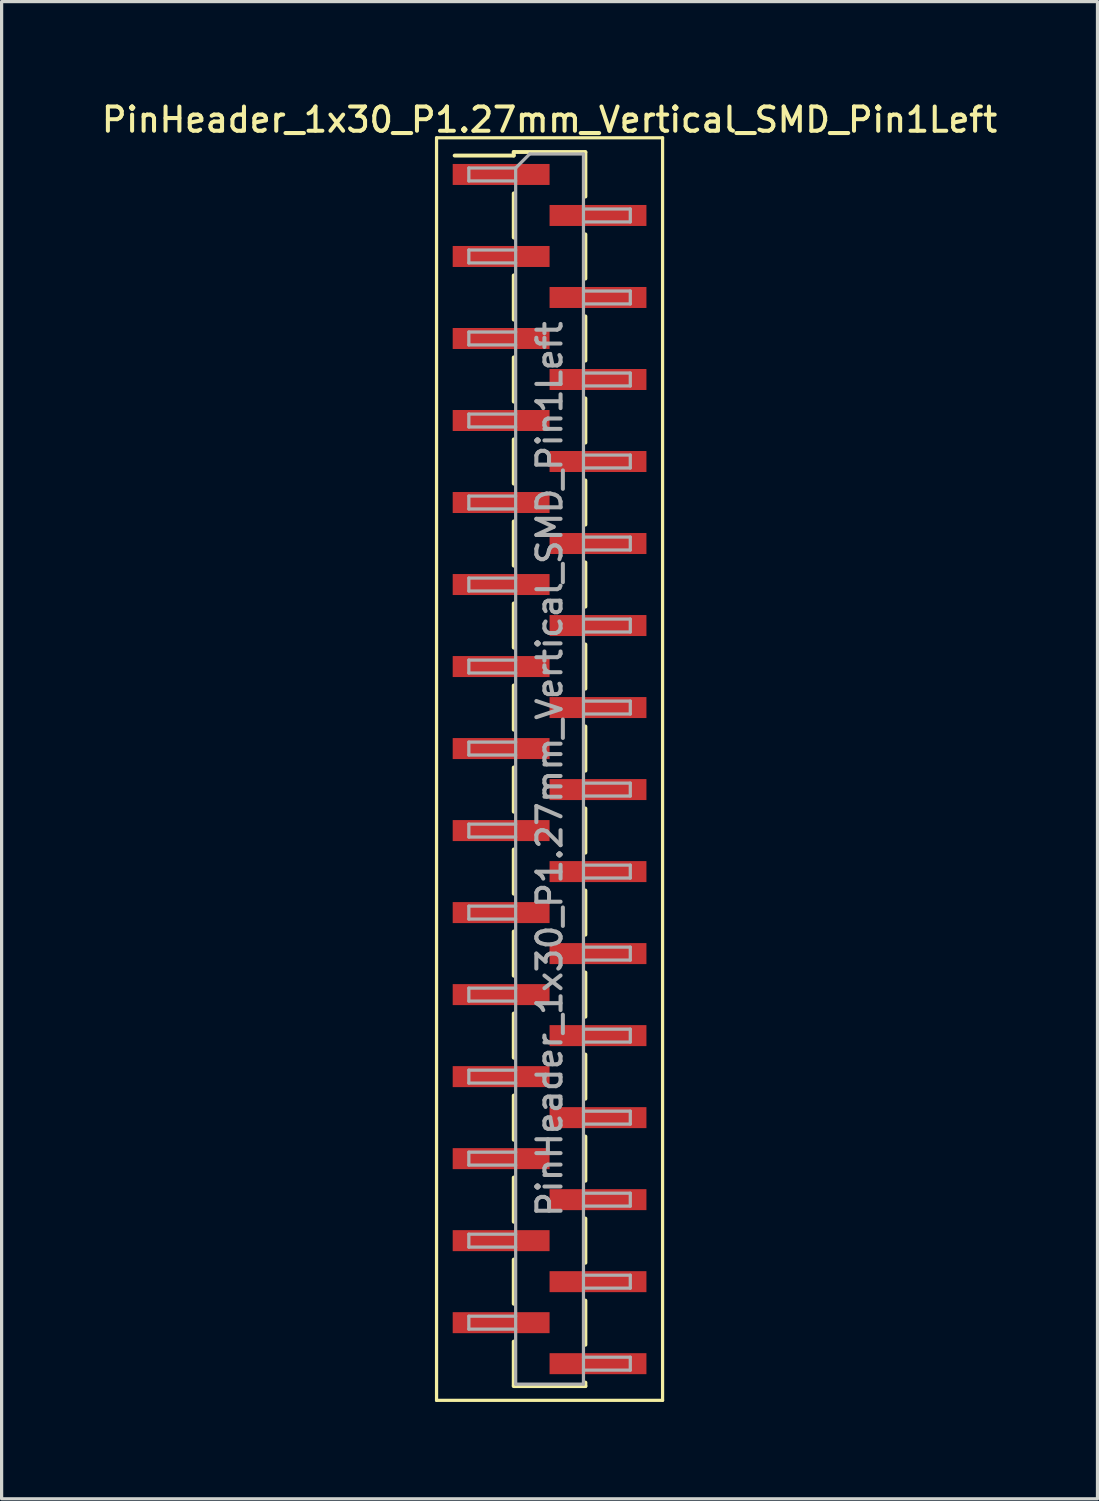
<source format=kicad_pcb>
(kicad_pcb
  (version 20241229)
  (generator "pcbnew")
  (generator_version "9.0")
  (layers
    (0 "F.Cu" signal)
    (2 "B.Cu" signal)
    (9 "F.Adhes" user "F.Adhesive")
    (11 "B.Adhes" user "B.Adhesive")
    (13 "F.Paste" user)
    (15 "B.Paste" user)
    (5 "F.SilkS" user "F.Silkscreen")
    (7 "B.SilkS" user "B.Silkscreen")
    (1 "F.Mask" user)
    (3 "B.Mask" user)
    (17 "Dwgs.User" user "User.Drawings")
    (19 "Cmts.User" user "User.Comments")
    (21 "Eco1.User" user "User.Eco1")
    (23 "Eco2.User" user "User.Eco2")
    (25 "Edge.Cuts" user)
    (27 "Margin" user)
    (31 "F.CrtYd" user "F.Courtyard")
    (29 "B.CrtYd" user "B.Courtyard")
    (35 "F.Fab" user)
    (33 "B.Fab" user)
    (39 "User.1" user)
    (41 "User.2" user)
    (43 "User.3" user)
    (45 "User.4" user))
  (footprint "PinHeader_1x30_P1.27mm_Vertical_SMD_Pin1Left"
    (layer "F.Cu")
    (at 13.97 20.768)
    (property "Reference" "PinHeader_1x30_P1.27mm_Vertical_SMD_Pin1Left" (at 0 -20.11 0) (layer "F.SilkS") (effects (font (size 0.75 0.75) (thickness 0.125))))
    (attr smd)
    (fp_line (start -3.5 -19.55) (end -3.5 19.55) (stroke (width 0.1) (type solid)) (layer "F.SilkS"))
    (fp_line (start -3.5 19.55) (end 3.5 19.55) (stroke (width 0.1) (type solid)) (layer "F.SilkS"))
    (fp_line (start -1.11 -19.11) (end -1.11 -19) (stroke (width 0.12) (type solid)) (layer "F.SilkS"))
    (fp_line (start -1.11 -19.11) (end 1.11 -19.11) (stroke (width 0.12) (type solid)) (layer "F.SilkS"))
    (fp_line (start -1.11 -19) (end -2.94 -19) (stroke (width 0.12) (type solid)) (layer "F.SilkS"))
    (fp_line (start -1.11 -17.83) (end -1.11 -16.46) (stroke (width 0.12) (type solid)) (layer "F.SilkS"))
    (fp_line (start -1.11 -15.29) (end -1.11 -13.92) (stroke (width 0.12) (type solid)) (layer "F.SilkS"))
    (fp_line (start -1.11 -12.75) (end -1.11 -11.38) (stroke (width 0.12) (type solid)) (layer "F.SilkS"))
    (fp_line (start -1.11 -10.21) (end -1.11 -8.84) (stroke (width 0.12) (type solid)) (layer "F.SilkS"))
    (fp_line (start -1.11 -7.67) (end -1.11 -6.3) (stroke (width 0.12) (type solid)) (layer "F.SilkS"))
    (fp_line (start -1.11 -5.13) (end -1.11 -3.76) (stroke (width 0.12) (type solid)) (layer "F.SilkS"))
    (fp_line (start -1.11 -2.59) (end -1.11 -1.22) (stroke (width 0.12) (type solid)) (layer "F.SilkS"))
    (fp_line (start -1.11 -0.05) (end -1.11 1.32) (stroke (width 0.12) (type solid)) (layer "F.SilkS"))
    (fp_line (start -1.11 2.49) (end -1.11 3.86) (stroke (width 0.12) (type solid)) (layer "F.SilkS"))
    (fp_line (start -1.11 5.03) (end -1.11 6.4) (stroke (width 0.12) (type solid)) (layer "F.SilkS"))
    (fp_line (start -1.11 7.57) (end -1.11 8.94) (stroke (width 0.12) (type solid)) (layer "F.SilkS"))
    (fp_line (start -1.11 10.11) (end -1.11 11.48) (stroke (width 0.12) (type solid)) (layer "F.SilkS"))
    (fp_line (start -1.11 12.65) (end -1.11 14.02) (stroke (width 0.12) (type solid)) (layer "F.SilkS"))
    (fp_line (start -1.11 15.19) (end -1.11 16.56) (stroke (width 0.12) (type solid)) (layer "F.SilkS"))
    (fp_line (start -1.11 17.73) (end -1.11 19.1) (stroke (width 0.12) (type solid)) (layer "F.SilkS"))
    (fp_line (start -1.11 19.11) (end 1.11 19.11) (stroke (width 0.12) (type solid)) (layer "F.SilkS"))
    (fp_line (start 1.11 -19.1) (end 1.11 -17.73) (stroke (width 0.12) (type solid)) (layer "F.SilkS"))
    (fp_line (start 1.11 -16.56) (end 1.11 -15.19) (stroke (width 0.12) (type solid)) (layer "F.SilkS"))
    (fp_line (start 1.11 -14.02) (end 1.11 -12.65) (stroke (width 0.12) (type solid)) (layer "F.SilkS"))
    (fp_line (start 1.11 -11.48) (end 1.11 -10.11) (stroke (width 0.12) (type solid)) (layer "F.SilkS"))
    (fp_line (start 1.11 -8.94) (end 1.11 -7.57) (stroke (width 0.12) (type solid)) (layer "F.SilkS"))
    (fp_line (start 1.11 -6.4) (end 1.11 -5.03) (stroke (width 0.12) (type solid)) (layer "F.SilkS"))
    (fp_line (start 1.11 -3.86) (end 1.11 -2.49) (stroke (width 0.12) (type solid)) (layer "F.SilkS"))
    (fp_line (start 1.11 -1.32) (end 1.11 0.05) (stroke (width 0.12) (type solid)) (layer "F.SilkS"))
    (fp_line (start 1.11 1.22) (end 1.11 2.59) (stroke (width 0.12) (type solid)) (layer "F.SilkS"))
    (fp_line (start 1.11 3.76) (end 1.11 5.13) (stroke (width 0.12) (type solid)) (layer "F.SilkS"))
    (fp_line (start 1.11 6.3) (end 1.11 7.67) (stroke (width 0.12) (type solid)) (layer "F.SilkS"))
    (fp_line (start 1.11 8.84) (end 1.11 10.21) (stroke (width 0.12) (type solid)) (layer "F.SilkS"))
    (fp_line (start 1.11 11.38) (end 1.11 12.75) (stroke (width 0.12) (type solid)) (layer "F.SilkS"))
    (fp_line (start 1.11 13.92) (end 1.11 15.29) (stroke (width 0.12) (type solid)) (layer "F.SilkS"))
    (fp_line (start 1.11 16.46) (end 1.11 17.83) (stroke (width 0.12) (type solid)) (layer "F.SilkS"))
    (fp_line (start 1.11 19) (end 1.11 19.11) (stroke (width 0.12) (type solid)) (layer "F.SilkS"))
    (fp_line (start 3.5 -19.55) (end -3.5 -19.55) (stroke (width 0.1) (type solid)) (layer "F.SilkS"))
    (fp_line (start 3.5 19.55) (end 3.5 -19.55) (stroke (width 0.1) (type solid)) (layer "F.SilkS"))
    (fp_line (start -2.5 -18.615) (end -2.5 -18.215) (stroke (width 0.1) (type solid)) (layer "F.Fab"))
    (fp_line (start -2.5 -18.215) (end -1.05 -18.215) (stroke (width 0.1) (type solid)) (layer "F.Fab"))
    (fp_line (start -2.5 -16.075) (end -2.5 -15.675) (stroke (width 0.1) (type solid)) (layer "F.Fab"))
    (fp_line (start -2.5 -15.675) (end -1.05 -15.675) (stroke (width 0.1) (type solid)) (layer "F.Fab"))
    (fp_line (start -2.5 -13.535) (end -2.5 -13.135) (stroke (width 0.1) (type solid)) (layer "F.Fab"))
    (fp_line (start -2.5 -13.135) (end -1.05 -13.135) (stroke (width 0.1) (type solid)) (layer "F.Fab"))
    (fp_line (start -2.5 -10.995) (end -2.5 -10.595) (stroke (width 0.1) (type solid)) (layer "F.Fab"))
    (fp_line (start -2.5 -10.595) (end -1.05 -10.595) (stroke (width 0.1) (type solid)) (layer "F.Fab"))
    (fp_line (start -2.5 -8.455) (end -2.5 -8.055) (stroke (width 0.1) (type solid)) (layer "F.Fab"))
    (fp_line (start -2.5 -8.055) (end -1.05 -8.055) (stroke (width 0.1) (type solid)) (layer "F.Fab"))
    (fp_line (start -2.5 -5.915) (end -2.5 -5.515) (stroke (width 0.1) (type solid)) (layer "F.Fab"))
    (fp_line (start -2.5 -5.515) (end -1.05 -5.515) (stroke (width 0.1) (type solid)) (layer "F.Fab"))
    (fp_line (start -2.5 -3.375) (end -2.5 -2.975) (stroke (width 0.1) (type solid)) (layer "F.Fab"))
    (fp_line (start -2.5 -2.975) (end -1.05 -2.975) (stroke (width 0.1) (type solid)) (layer "F.Fab"))
    (fp_line (start -2.5 -0.835) (end -2.5 -0.435) (stroke (width 0.1) (type solid)) (layer "F.Fab"))
    (fp_line (start -2.5 -0.435) (end -1.05 -0.435) (stroke (width 0.1) (type solid)) (layer "F.Fab"))
    (fp_line (start -2.5 1.705) (end -2.5 2.105) (stroke (width 0.1) (type solid)) (layer "F.Fab"))
    (fp_line (start -2.5 2.105) (end -1.05 2.105) (stroke (width 0.1) (type solid)) (layer "F.Fab"))
    (fp_line (start -2.5 4.245) (end -2.5 4.645) (stroke (width 0.1) (type solid)) (layer "F.Fab"))
    (fp_line (start -2.5 4.645) (end -1.05 4.645) (stroke (width 0.1) (type solid)) (layer "F.Fab"))
    (fp_line (start -2.5 6.785) (end -2.5 7.185) (stroke (width 0.1) (type solid)) (layer "F.Fab"))
    (fp_line (start -2.5 7.185) (end -1.05 7.185) (stroke (width 0.1) (type solid)) (layer "F.Fab"))
    (fp_line (start -2.5 9.325) (end -2.5 9.725) (stroke (width 0.1) (type solid)) (layer "F.Fab"))
    (fp_line (start -2.5 9.725) (end -1.05 9.725) (stroke (width 0.1) (type solid)) (layer "F.Fab"))
    (fp_line (start -2.5 11.865) (end -2.5 12.265) (stroke (width 0.1) (type solid)) (layer "F.Fab"))
    (fp_line (start -2.5 12.265) (end -1.05 12.265) (stroke (width 0.1) (type solid)) (layer "F.Fab"))
    (fp_line (start -2.5 14.405) (end -2.5 14.805) (stroke (width 0.1) (type solid)) (layer "F.Fab"))
    (fp_line (start -2.5 14.805) (end -1.05 14.805) (stroke (width 0.1) (type solid)) (layer "F.Fab"))
    (fp_line (start -2.5 16.945) (end -2.5 17.345) (stroke (width 0.1) (type solid)) (layer "F.Fab"))
    (fp_line (start -2.5 17.345) (end -1.05 17.345) (stroke (width 0.1) (type solid)) (layer "F.Fab"))
    (fp_line (start -1.05 -18.615) (end -2.5 -18.615) (stroke (width 0.1) (type solid)) (layer "F.Fab"))
    (fp_line (start -1.05 -18.615) (end -0.615 -19.05) (stroke (width 0.1) (type solid)) (layer "F.Fab"))
    (fp_line (start -1.05 -16.075) (end -2.5 -16.075) (stroke (width 0.1) (type solid)) (layer "F.Fab"))
    (fp_line (start -1.05 -13.535) (end -2.5 -13.535) (stroke (width 0.1) (type solid)) (layer "F.Fab"))
    (fp_line (start -1.05 -10.995) (end -2.5 -10.995) (stroke (width 0.1) (type solid)) (layer "F.Fab"))
    (fp_line (start -1.05 -8.455) (end -2.5 -8.455) (stroke (width 0.1) (type solid)) (layer "F.Fab"))
    (fp_line (start -1.05 -5.915) (end -2.5 -5.915) (stroke (width 0.1) (type solid)) (layer "F.Fab"))
    (fp_line (start -1.05 -3.375) (end -2.5 -3.375) (stroke (width 0.1) (type solid)) (layer "F.Fab"))
    (fp_line (start -1.05 -0.835) (end -2.5 -0.835) (stroke (width 0.1) (type solid)) (layer "F.Fab"))
    (fp_line (start -1.05 1.705) (end -2.5 1.705) (stroke (width 0.1) (type solid)) (layer "F.Fab"))
    (fp_line (start -1.05 4.245) (end -2.5 4.245) (stroke (width 0.1) (type solid)) (layer "F.Fab"))
    (fp_line (start -1.05 6.785) (end -2.5 6.785) (stroke (width 0.1) (type solid)) (layer "F.Fab"))
    (fp_line (start -1.05 9.325) (end -2.5 9.325) (stroke (width 0.1) (type solid)) (layer "F.Fab"))
    (fp_line (start -1.05 11.865) (end -2.5 11.865) (stroke (width 0.1) (type solid)) (layer "F.Fab"))
    (fp_line (start -1.05 14.405) (end -2.5 14.405) (stroke (width 0.1) (type solid)) (layer "F.Fab"))
    (fp_line (start -1.05 16.945) (end -2.5 16.945) (stroke (width 0.1) (type solid)) (layer "F.Fab"))
    (fp_line (start -1.05 19.05) (end -1.05 -18.615) (stroke (width 0.1) (type solid)) (layer "F.Fab"))
    (fp_line (start -0.615 -19.05) (end 1.05 -19.05) (stroke (width 0.1) (type solid)) (layer "F.Fab"))
    (fp_line (start 1.05 -19.05) (end 1.05 19.05) (stroke (width 0.1) (type solid)) (layer "F.Fab"))
    (fp_line (start 1.05 -17.345) (end 2.5 -17.345) (stroke (width 0.1) (type solid)) (layer "F.Fab"))
    (fp_line (start 1.05 -14.805) (end 2.5 -14.805) (stroke (width 0.1) (type solid)) (layer "F.Fab"))
    (fp_line (start 1.05 -12.265) (end 2.5 -12.265) (stroke (width 0.1) (type solid)) (layer "F.Fab"))
    (fp_line (start 1.05 -9.725) (end 2.5 -9.725) (stroke (width 0.1) (type solid)) (layer "F.Fab"))
    (fp_line (start 1.05 -7.185) (end 2.5 -7.185) (stroke (width 0.1) (type solid)) (layer "F.Fab"))
    (fp_line (start 1.05 -4.645) (end 2.5 -4.645) (stroke (width 0.1) (type solid)) (layer "F.Fab"))
    (fp_line (start 1.05 -2.105) (end 2.5 -2.105) (stroke (width 0.1) (type solid)) (layer "F.Fab"))
    (fp_line (start 1.05 0.435) (end 2.5 0.435) (stroke (width 0.1) (type solid)) (layer "F.Fab"))
    (fp_line (start 1.05 2.975) (end 2.5 2.975) (stroke (width 0.1) (type solid)) (layer "F.Fab"))
    (fp_line (start 1.05 5.515) (end 2.5 5.515) (stroke (width 0.1) (type solid)) (layer "F.Fab"))
    (fp_line (start 1.05 8.055) (end 2.5 8.055) (stroke (width 0.1) (type solid)) (layer "F.Fab"))
    (fp_line (start 1.05 10.595) (end 2.5 10.595) (stroke (width 0.1) (type solid)) (layer "F.Fab"))
    (fp_line (start 1.05 13.135) (end 2.5 13.135) (stroke (width 0.1) (type solid)) (layer "F.Fab"))
    (fp_line (start 1.05 15.675) (end 2.5 15.675) (stroke (width 0.1) (type solid)) (layer "F.Fab"))
    (fp_line (start 1.05 18.215) (end 2.5 18.215) (stroke (width 0.1) (type solid)) (layer "F.Fab"))
    (fp_line (start 1.05 19.05) (end -1.05 19.05) (stroke (width 0.1) (type solid)) (layer "F.Fab"))
    (fp_line (start 2.5 -17.345) (end 2.5 -16.945) (stroke (width 0.1) (type solid)) (layer "F.Fab"))
    (fp_line (start 2.5 -16.945) (end 1.05 -16.945) (stroke (width 0.1) (type solid)) (layer "F.Fab"))
    (fp_line (start 2.5 -14.805) (end 2.5 -14.405) (stroke (width 0.1) (type solid)) (layer "F.Fab"))
    (fp_line (start 2.5 -14.405) (end 1.05 -14.405) (stroke (width 0.1) (type solid)) (layer "F.Fab"))
    (fp_line (start 2.5 -12.265) (end 2.5 -11.865) (stroke (width 0.1) (type solid)) (layer "F.Fab"))
    (fp_line (start 2.5 -11.865) (end 1.05 -11.865) (stroke (width 0.1) (type solid)) (layer "F.Fab"))
    (fp_line (start 2.5 -9.725) (end 2.5 -9.325) (stroke (width 0.1) (type solid)) (layer "F.Fab"))
    (fp_line (start 2.5 -9.325) (end 1.05 -9.325) (stroke (width 0.1) (type solid)) (layer "F.Fab"))
    (fp_line (start 2.5 -7.185) (end 2.5 -6.785) (stroke (width 0.1) (type solid)) (layer "F.Fab"))
    (fp_line (start 2.5 -6.785) (end 1.05 -6.785) (stroke (width 0.1) (type solid)) (layer "F.Fab"))
    (fp_line (start 2.5 -4.645) (end 2.5 -4.245) (stroke (width 0.1) (type solid)) (layer "F.Fab"))
    (fp_line (start 2.5 -4.245) (end 1.05 -4.245) (stroke (width 0.1) (type solid)) (layer "F.Fab"))
    (fp_line (start 2.5 -2.105) (end 2.5 -1.705) (stroke (width 0.1) (type solid)) (layer "F.Fab"))
    (fp_line (start 2.5 -1.705) (end 1.05 -1.705) (stroke (width 0.1) (type solid)) (layer "F.Fab"))
    (fp_line (start 2.5 0.435) (end 2.5 0.835) (stroke (width 0.1) (type solid)) (layer "F.Fab"))
    (fp_line (start 2.5 0.835) (end 1.05 0.835) (stroke (width 0.1) (type solid)) (layer "F.Fab"))
    (fp_line (start 2.5 2.975) (end 2.5 3.375) (stroke (width 0.1) (type solid)) (layer "F.Fab"))
    (fp_line (start 2.5 3.375) (end 1.05 3.375) (stroke (width 0.1) (type solid)) (layer "F.Fab"))
    (fp_line (start 2.5 5.515) (end 2.5 5.915) (stroke (width 0.1) (type solid)) (layer "F.Fab"))
    (fp_line (start 2.5 5.915) (end 1.05 5.915) (stroke (width 0.1) (type solid)) (layer "F.Fab"))
    (fp_line (start 2.5 8.055) (end 2.5 8.455) (stroke (width 0.1) (type solid)) (layer "F.Fab"))
    (fp_line (start 2.5 8.455) (end 1.05 8.455) (stroke (width 0.1) (type solid)) (layer "F.Fab"))
    (fp_line (start 2.5 10.595) (end 2.5 10.995) (stroke (width 0.1) (type solid)) (layer "F.Fab"))
    (fp_line (start 2.5 10.995) (end 1.05 10.995) (stroke (width 0.1) (type solid)) (layer "F.Fab"))
    (fp_line (start 2.5 13.135) (end 2.5 13.535) (stroke (width 0.1) (type solid)) (layer "F.Fab"))
    (fp_line (start 2.5 13.535) (end 1.05 13.535) (stroke (width 0.1) (type solid)) (layer "F.Fab"))
    (fp_line (start 2.5 15.675) (end 2.5 16.075) (stroke (width 0.1) (type solid)) (layer "F.Fab"))
    (fp_line (start 2.5 16.075) (end 1.05 16.075) (stroke (width 0.1) (type solid)) (layer "F.Fab"))
    (fp_line (start 2.5 18.215) (end 2.5 18.615) (stroke (width 0.1) (type solid)) (layer "F.Fab"))
    (fp_line (start 2.5 18.615) (end 1.05 18.615) (stroke (width 0.1) (type solid)) (layer "F.Fab"))
    (fp_text user "${REFERENCE}" (at 0 0 90) (layer "F.Fab") (effects (font (size 0.75 0.75) (thickness 0.125))))
    (pad "1" smd rect (at -1.5 -18.415) (size 3 0.65) (layers "F.Cu" "F.Mask" "F.Paste"))
    (pad "2" smd rect (at 1.5 -17.145) (size 3 0.65) (layers "F.Cu" "F.Mask" "F.Paste"))
    (pad "3" smd rect (at -1.5 -15.875) (size 3 0.65) (layers "F.Cu" "F.Mask" "F.Paste"))
    (pad "4" smd rect (at 1.5 -14.605) (size 3 0.65) (layers "F.Cu" "F.Mask" "F.Paste"))
    (pad "5" smd rect (at -1.5 -13.335) (size 3 0.65) (layers "F.Cu" "F.Mask" "F.Paste"))
    (pad "6" smd rect (at 1.5 -12.065) (size 3 0.65) (layers "F.Cu" "F.Mask" "F.Paste"))
    (pad "7" smd rect (at -1.5 -10.795) (size 3 0.65) (layers "F.Cu" "F.Mask" "F.Paste"))
    (pad "8" smd rect (at 1.5 -9.525) (size 3 0.65) (layers "F.Cu" "F.Mask" "F.Paste"))
    (pad "9" smd rect (at -1.5 -8.255) (size 3 0.65) (layers "F.Cu" "F.Mask" "F.Paste"))
    (pad "10" smd rect (at 1.5 -6.985) (size 3 0.65) (layers "F.Cu" "F.Mask" "F.Paste"))
    (pad "11" smd rect (at -1.5 -5.715) (size 3 0.65) (layers "F.Cu" "F.Mask" "F.Paste"))
    (pad "12" smd rect (at 1.5 -4.445) (size 3 0.65) (layers "F.Cu" "F.Mask" "F.Paste"))
    (pad "13" smd rect (at -1.5 -3.175) (size 3 0.65) (layers "F.Cu" "F.Mask" "F.Paste"))
    (pad "14" smd rect (at 1.5 -1.905) (size 3 0.65) (layers "F.Cu" "F.Mask" "F.Paste"))
    (pad "15" smd rect (at -1.5 -0.635) (size 3 0.65) (layers "F.Cu" "F.Mask" "F.Paste"))
    (pad "16" smd rect (at 1.5 0.635) (size 3 0.65) (layers "F.Cu" "F.Mask" "F.Paste"))
    (pad "17" smd rect (at -1.5 1.905) (size 3 0.65) (layers "F.Cu" "F.Mask" "F.Paste"))
    (pad "18" smd rect (at 1.5 3.175) (size 3 0.65) (layers "F.Cu" "F.Mask" "F.Paste"))
    (pad "19" smd rect (at -1.5 4.445) (size 3 0.65) (layers "F.Cu" "F.Mask" "F.Paste"))
    (pad "20" smd rect (at 1.5 5.715) (size 3 0.65) (layers "F.Cu" "F.Mask" "F.Paste"))
    (pad "21" smd rect (at -1.5 6.985) (size 3 0.65) (layers "F.Cu" "F.Mask" "F.Paste"))
    (pad "22" smd rect (at 1.5 8.255) (size 3 0.65) (layers "F.Cu" "F.Mask" "F.Paste"))
    (pad "23" smd rect (at -1.5 9.525) (size 3 0.65) (layers "F.Cu" "F.Mask" "F.Paste"))
    (pad "24" smd rect (at 1.5 10.795) (size 3 0.65) (layers "F.Cu" "F.Mask" "F.Paste"))
    (pad "25" smd rect (at -1.5 12.065) (size 3 0.65) (layers "F.Cu" "F.Mask" "F.Paste"))
    (pad "26" smd rect (at 1.5 13.335) (size 3 0.65) (layers "F.Cu" "F.Mask" "F.Paste"))
    (pad "27" smd rect (at -1.5 14.605) (size 3 0.65) (layers "F.Cu" "F.Mask" "F.Paste"))
    (pad "28" smd rect (at 1.5 15.875) (size 3 0.65) (layers "F.Cu" "F.Mask" "F.Paste"))
    (pad "29" smd rect (at -1.5 17.145) (size 3 0.65) (layers "F.Cu" "F.Mask" "F.Paste"))
    (pad "30" smd rect (at 1.5 18.415) (size 3 0.65) (layers "F.Cu" "F.Mask" "F.Paste")))
  (gr_rect
    (start -3 -3)
    (end 30.939 43.368)
    (stroke (width 0.1) (type default))
    (fill no)
    (layer "Edge.Cuts")))
</source>
